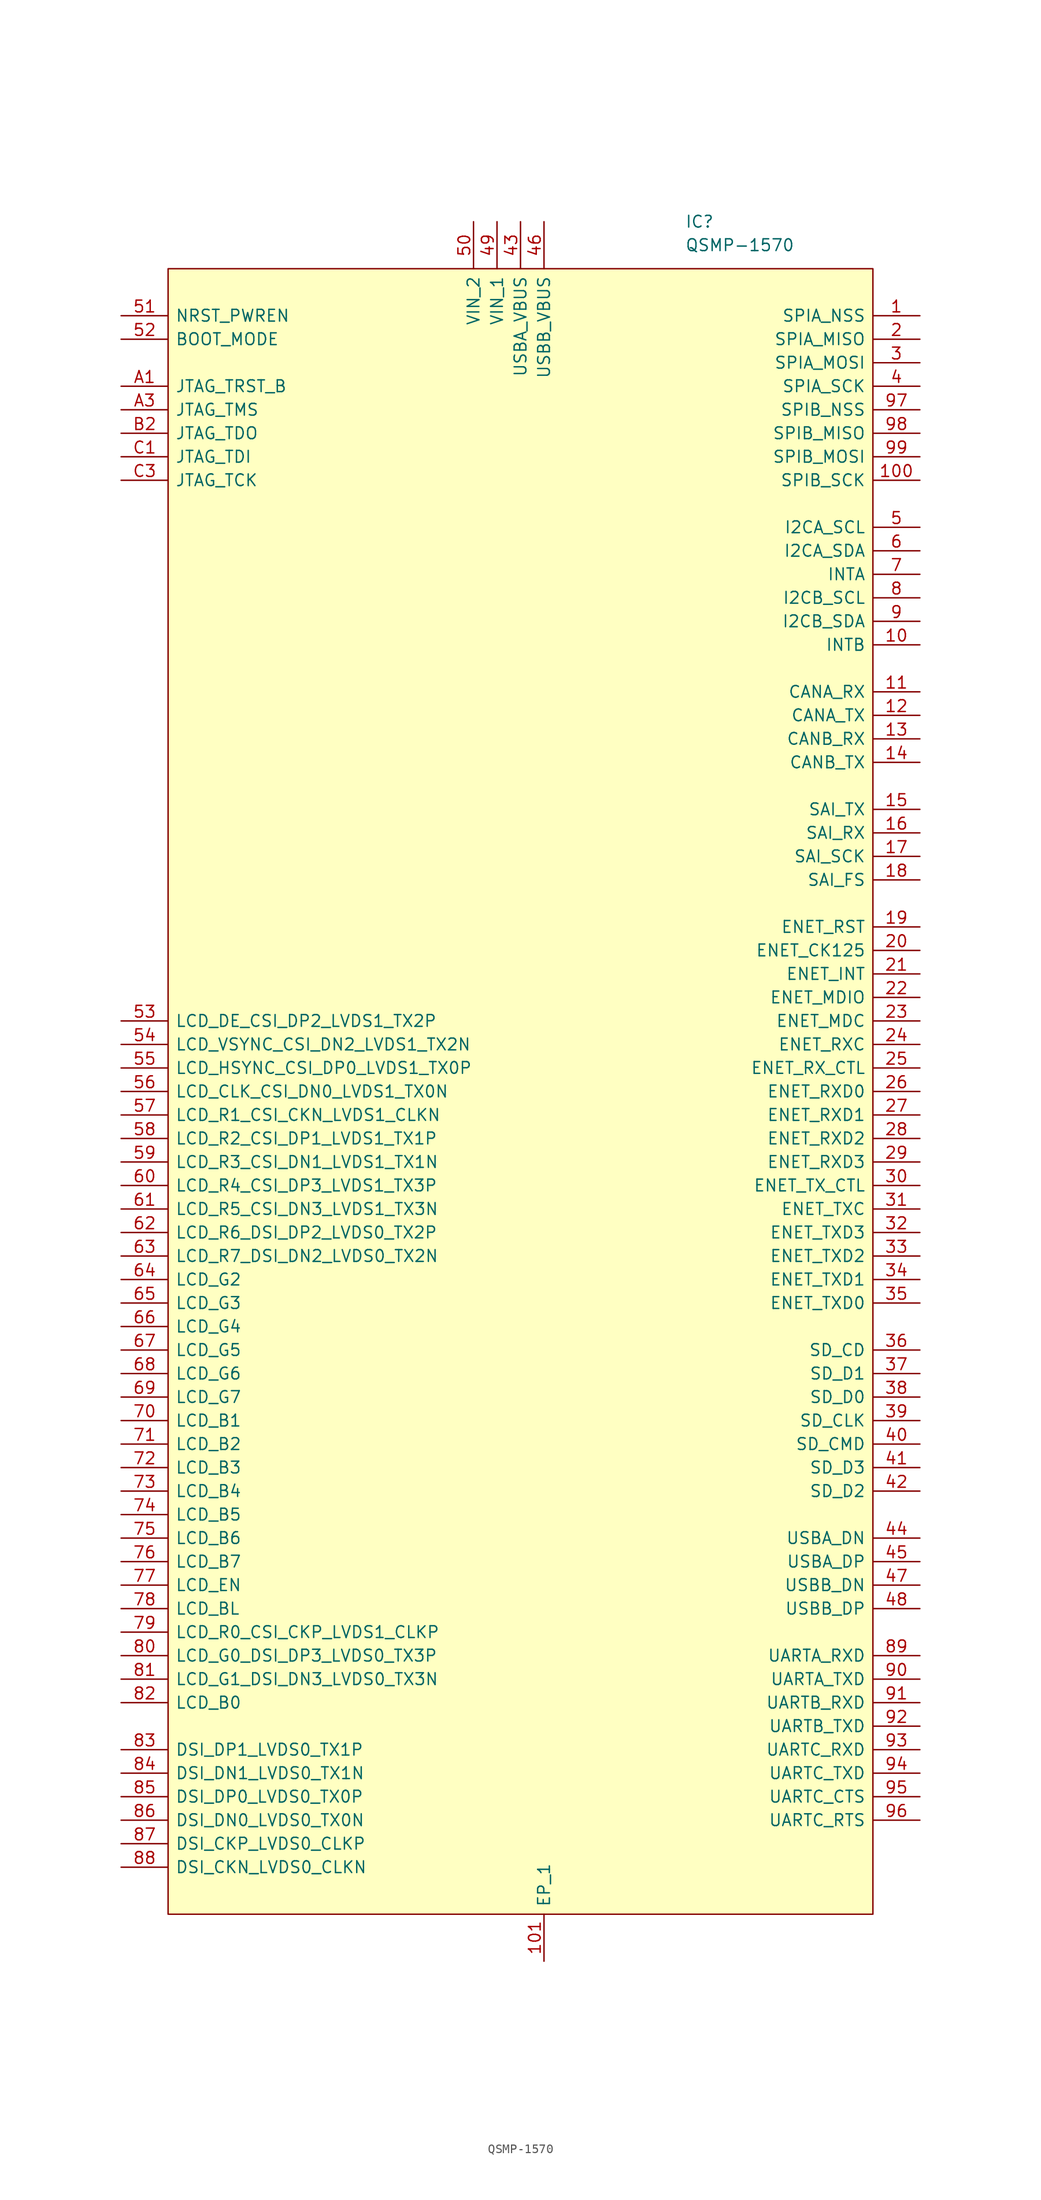
<source format=kicad_sym>
(kicad_symbol_lib
  (version 20220914)
  (generator kicad_symbol_editor)
  (symbol "QSMP-1570"
    (pin_names
      (offset 0.762))
    (property "Reference" "IC"
      (at 60.96 7.62 0)
      (effects (font (size 1.27 1.27)) (justify left)))
    (property "Value" "QSMP-1570"
      (at 60.96 5.08 0)
      (effects (font (size 1.27 1.27)) (justify left)))
    (symbol "QSMP-1570_0_0"
      (pin passive line (at 86.36 -2.54 180) (length 5.08) (name "SPIA_NSS" (effects (font (size 1.27 1.27)))) (number "1" (effects (font (size 1.27 1.27)))))
      (pin passive line (at 86.36 -38.1 180) (length 5.08) (name "INTB" (effects (font (size 1.27 1.27)))) (number "10" (effects (font (size 1.27 1.27)))))
      (pin passive line (at 86.36 -20.32 180) (length 5.08) (name "SPIB_SCK" (effects (font (size 1.27 1.27)))) (number "100" (effects (font (size 1.27 1.27)))))
      (pin passive line (at 45.72 -180.34 90) (length 5.08) (name "EP_1" (effects (font (size 1.27 1.27)))) (number "101" (effects (font (size 1.27 1.27)))))
      (pin passive line (at 86.36 -43.18 180) (length 5.08) (name "CANA_RX" (effects (font (size 1.27 1.27)))) (number "11" (effects (font (size 1.27 1.27)))))
      (pin passive line (at 86.36 -45.72 180) (length 5.08) (name "CANA_TX" (effects (font (size 1.27 1.27)))) (number "12" (effects (font (size 1.27 1.27)))))
      (pin passive line (at 86.36 -48.26 180) (length 5.08) (name "CANB_RX" (effects (font (size 1.27 1.27)))) (number "13" (effects (font (size 1.27 1.27)))))
      (pin passive line (at 86.36 -50.8 180) (length 5.08) (name "CANB_TX" (effects (font (size 1.27 1.27)))) (number "14" (effects (font (size 1.27 1.27)))))
      (pin passive line (at 86.36 -55.88 180) (length 5.08) (name "SAI_TX" (effects (font (size 1.27 1.27)))) (number "15" (effects (font (size 1.27 1.27)))))
      (pin passive line (at 86.36 -58.42 180) (length 5.08) (name "SAI_RX" (effects (font (size 1.27 1.27)))) (number "16" (effects (font (size 1.27 1.27)))))
      (pin passive line (at 86.36 -60.96 180) (length 5.08) (name "SAI_SCK" (effects (font (size 1.27 1.27)))) (number "17" (effects (font (size 1.27 1.27)))))
      (pin passive line (at 86.36 -63.5 180) (length 5.08) (name "SAI_FS" (effects (font (size 1.27 1.27)))) (number "18" (effects (font (size 1.27 1.27)))))
      (pin passive line (at 86.36 -68.58 180) (length 5.08) (name "ENET_RST" (effects (font (size 1.27 1.27)))) (number "19" (effects (font (size 1.27 1.27)))))
      (pin passive line (at 86.36 -5.08 180) (length 5.08) (name "SPIA_MISO" (effects (font (size 1.27 1.27)))) (number "2" (effects (font (size 1.27 1.27)))))
      (pin passive line (at 86.36 -71.12 180) (length 5.08) (name "ENET_CK125" (effects (font (size 1.27 1.27)))) (number "20" (effects (font (size 1.27 1.27)))))
      (pin passive line (at 86.36 -73.66 180) (length 5.08) (name "ENET_INT" (effects (font (size 1.27 1.27)))) (number "21" (effects (font (size 1.27 1.27)))))
      (pin passive line (at 86.36 -76.2 180) (length 5.08) (name "ENET_MDIO" (effects (font (size 1.27 1.27)))) (number "22" (effects (font (size 1.27 1.27)))))
      (pin passive line (at 86.36 -78.74 180) (length 5.08) (name "ENET_MDC" (effects (font (size 1.27 1.27)))) (number "23" (effects (font (size 1.27 1.27)))))
      (pin passive line (at 86.36 -81.28 180) (length 5.08) (name "ENET_RXC" (effects (font (size 1.27 1.27)))) (number "24" (effects (font (size 1.27 1.27)))))
      (pin passive line (at 86.36 -83.82 180) (length 5.08) (name "ENET_RX_CTL" (effects (font (size 1.27 1.27)))) (number "25" (effects (font (size 1.27 1.27)))))
      (pin passive line (at 86.36 -86.36 180) (length 5.08) (name "ENET_RXD0" (effects (font (size 1.27 1.27)))) (number "26" (effects (font (size 1.27 1.27)))))
      (pin passive line (at 86.36 -88.9 180) (length 5.08) (name "ENET_RXD1" (effects (font (size 1.27 1.27)))) (number "27" (effects (font (size 1.27 1.27)))))
      (pin passive line (at 86.36 -91.44 180) (length 5.08) (name "ENET_RXD2" (effects (font (size 1.27 1.27)))) (number "28" (effects (font (size 1.27 1.27)))))
      (pin passive line (at 86.36 -93.98 180) (length 5.08) (name "ENET_RXD3" (effects (font (size 1.27 1.27)))) (number "29" (effects (font (size 1.27 1.27)))))
      (pin passive line (at 86.36 -7.62 180) (length 5.08) (name "SPIA_MOSI" (effects (font (size 1.27 1.27)))) (number "3" (effects (font (size 1.27 1.27)))))
      (pin passive line (at 86.36 -96.52 180) (length 5.08) (name "ENET_TX_CTL" (effects (font (size 1.27 1.27)))) (number "30" (effects (font (size 1.27 1.27)))))
      (pin passive line (at 86.36 -99.06 180) (length 5.08) (name "ENET_TXC" (effects (font (size 1.27 1.27)))) (number "31" (effects (font (size 1.27 1.27)))))
      (pin passive line (at 86.36 -101.6 180) (length 5.08) (name "ENET_TXD3" (effects (font (size 1.27 1.27)))) (number "32" (effects (font (size 1.27 1.27)))))
      (pin passive line (at 86.36 -104.14 180) (length 5.08) (name "ENET_TXD2" (effects (font (size 1.27 1.27)))) (number "33" (effects (font (size 1.27 1.27)))))
      (pin passive line (at 86.36 -106.68 180) (length 5.08) (name "ENET_TXD1" (effects (font (size 1.27 1.27)))) (number "34" (effects (font (size 1.27 1.27)))))
      (pin passive line (at 86.36 -109.22 180) (length 5.08) (name "ENET_TXD0" (effects (font (size 1.27 1.27)))) (number "35" (effects (font (size 1.27 1.27)))))
      (pin passive line (at 86.36 -114.3 180) (length 5.08) (name "SD_CD" (effects (font (size 1.27 1.27)))) (number "36" (effects (font (size 1.27 1.27)))))
      (pin passive line (at 86.36 -116.84 180) (length 5.08) (name "SD_D1" (effects (font (size 1.27 1.27)))) (number "37" (effects (font (size 1.27 1.27)))))
      (pin passive line (at 86.36 -119.38 180) (length 5.08) (name "SD_D0" (effects (font (size 1.27 1.27)))) (number "38" (effects (font (size 1.27 1.27)))))
      (pin passive line (at 86.36 -121.92 180) (length 5.08) (name "SD_CLK" (effects (font (size 1.27 1.27)))) (number "39" (effects (font (size 1.27 1.27)))))
      (pin passive line (at 86.36 -10.16 180) (length 5.08) (name "SPIA_SCK" (effects (font (size 1.27 1.27)))) (number "4" (effects (font (size 1.27 1.27)))))
      (pin passive line (at 86.36 -124.46 180) (length 5.08) (name "SD_CMD" (effects (font (size 1.27 1.27)))) (number "40" (effects (font (size 1.27 1.27)))))
      (pin passive line (at 86.36 -127 180) (length 5.08) (name "SD_D3" (effects (font (size 1.27 1.27)))) (number "41" (effects (font (size 1.27 1.27)))))
      (pin passive line (at 86.36 -129.54 180) (length 5.08) (name "SD_D2" (effects (font (size 1.27 1.27)))) (number "42" (effects (font (size 1.27 1.27)))))
      (pin passive line (at 43.18 7.62 270) (length 5.08) (name "USBA_VBUS" (effects (font (size 1.27 1.27)))) (number "43" (effects (font (size 1.27 1.27)))))
      (pin passive line (at 86.36 -134.62 180) (length 5.08) (name "USBA_DN" (effects (font (size 1.27 1.27)))) (number "44" (effects (font (size 1.27 1.27)))))
      (pin passive line (at 86.36 -137.16 180) (length 5.08) (name "USBA_DP" (effects (font (size 1.27 1.27)))) (number "45" (effects (font (size 1.27 1.27)))))
      (pin passive line (at 45.72 7.62 270) (length 5.08) (name "USBB_VBUS" (effects (font (size 1.27 1.27)))) (number "46" (effects (font (size 1.27 1.27)))))
      (pin passive line (at 86.36 -139.7 180) (length 5.08) (name "USBB_DN" (effects (font (size 1.27 1.27)))) (number "47" (effects (font (size 1.27 1.27)))))
      (pin passive line (at 86.36 -142.24 180) (length 5.08) (name "USBB_DP" (effects (font (size 1.27 1.27)))) (number "48" (effects (font (size 1.27 1.27)))))
      (pin passive line (at 40.64 7.62 270) (length 5.08) (name "VIN_1" (effects (font (size 1.27 1.27)))) (number "49" (effects (font (size 1.27 1.27)))))
      (pin passive line (at 86.36 -25.4 180) (length 5.08) (name "I2CA_SCL" (effects (font (size 1.27 1.27)))) (number "5" (effects (font (size 1.27 1.27)))))
      (pin passive line (at 38.1 7.62 270) (length 5.08) (name "VIN_2" (effects (font (size 1.27 1.27)))) (number "50" (effects (font (size 1.27 1.27)))))
      (pin passive line (at 0 -2.54 0) (length 5.08) (name "NRST_PWREN" (effects (font (size 1.27 1.27)))) (number "51" (effects (font (size 1.27 1.27)))))
      (pin passive line (at 0 -5.08 0) (length 5.08) (name "BOOT_MODE" (effects (font (size 1.27 1.27)))) (number "52" (effects (font (size 1.27 1.27)))))
      (pin passive line (at 0 -78.74 0) (length 5.08) (name "LCD_DE_CSI_DP2_LVDS1_TX2P" (effects (font (size 1.27 1.27)))) (number "53" (effects (font (size 1.27 1.27)))))
      (pin passive line (at 0 -81.28 0) (length 5.08) (name "LCD_VSYNC_CSI_DN2_LVDS1_TX2N" (effects (font (size 1.27 1.27)))) (number "54" (effects (font (size 1.27 1.27)))))
      (pin passive line (at 0 -83.82 0) (length 5.08) (name "LCD_HSYNC_CSI_DP0_LVDS1_TX0P" (effects (font (size 1.27 1.27)))) (number "55" (effects (font (size 1.27 1.27)))))
      (pin passive line (at 0 -86.36 0) (length 5.08) (name "LCD_CLK_CSI_DN0_LVDS1_TX0N" (effects (font (size 1.27 1.27)))) (number "56" (effects (font (size 1.27 1.27)))))
      (pin passive line (at 0 -88.9 0) (length 5.08) (name "LCD_R1_CSI_CKN_LVDS1_CLKN" (effects (font (size 1.27 1.27)))) (number "57" (effects (font (size 1.27 1.27)))))
      (pin passive line (at 0 -91.44 0) (length 5.08) (name "LCD_R2_CSI_DP1_LVDS1_TX1P" (effects (font (size 1.27 1.27)))) (number "58" (effects (font (size 1.27 1.27)))))
      (pin passive line (at 0 -93.98 0) (length 5.08) (name "LCD_R3_CSI_DN1_LVDS1_TX1N" (effects (font (size 1.27 1.27)))) (number "59" (effects (font (size 1.27 1.27)))))
      (pin passive line (at 86.36 -27.94 180) (length 5.08) (name "I2CA_SDA" (effects (font (size 1.27 1.27)))) (number "6" (effects (font (size 1.27 1.27)))))
      (pin passive line (at 0 -96.52 0) (length 5.08) (name "LCD_R4_CSI_DP3_LVDS1_TX3P" (effects (font (size 1.27 1.27)))) (number "60" (effects (font (size 1.27 1.27)))))
      (pin passive line (at 0 -99.06 0) (length 5.08) (name "LCD_R5_CSI_DN3_LVDS1_TX3N" (effects (font (size 1.27 1.27)))) (number "61" (effects (font (size 1.27 1.27)))))
      (pin passive line (at 0 -101.6 0) (length 5.08) (name "LCD_R6_DSI_DP2_LVDS0_TX2P" (effects (font (size 1.27 1.27)))) (number "62" (effects (font (size 1.27 1.27)))))
      (pin passive line (at 0 -104.14 0) (length 5.08) (name "LCD_R7_DSI_DN2_LVDS0_TX2N" (effects (font (size 1.27 1.27)))) (number "63" (effects (font (size 1.27 1.27)))))
      (pin passive line (at 0 -106.68 0) (length 5.08) (name "LCD_G2" (effects (font (size 1.27 1.27)))) (number "64" (effects (font (size 1.27 1.27)))))
      (pin passive line (at 0 -109.22 0) (length 5.08) (name "LCD_G3" (effects (font (size 1.27 1.27)))) (number "65" (effects (font (size 1.27 1.27)))))
      (pin passive line (at 0 -111.76 0) (length 5.08) (name "LCD_G4" (effects (font (size 1.27 1.27)))) (number "66" (effects (font (size 1.27 1.27)))))
      (pin passive line (at 0 -114.3 0) (length 5.08) (name "LCD_G5" (effects (font (size 1.27 1.27)))) (number "67" (effects (font (size 1.27 1.27)))))
      (pin passive line (at 0 -116.84 0) (length 5.08) (name "LCD_G6" (effects (font (size 1.27 1.27)))) (number "68" (effects (font (size 1.27 1.27)))))
      (pin passive line (at 0 -119.38 0) (length 5.08) (name "LCD_G7" (effects (font (size 1.27 1.27)))) (number "69" (effects (font (size 1.27 1.27)))))
      (pin passive line (at 86.36 -30.48 180) (length 5.08) (name "INTA" (effects (font (size 1.27 1.27)))) (number "7" (effects (font (size 1.27 1.27)))))
      (pin passive line (at 0 -121.92 0) (length 5.08) (name "LCD_B1" (effects (font (size 1.27 1.27)))) (number "70" (effects (font (size 1.27 1.27)))))
      (pin passive line (at 0 -124.46 0) (length 5.08) (name "LCD_B2" (effects (font (size 1.27 1.27)))) (number "71" (effects (font (size 1.27 1.27)))))
      (pin passive line (at 0 -127 0) (length 5.08) (name "LCD_B3" (effects (font (size 1.27 1.27)))) (number "72" (effects (font (size 1.27 1.27)))))
      (pin passive line (at 0 -129.54 0) (length 5.08) (name "LCD_B4" (effects (font (size 1.27 1.27)))) (number "73" (effects (font (size 1.27 1.27)))))
      (pin passive line (at 0 -132.08 0) (length 5.08) (name "LCD_B5" (effects (font (size 1.27 1.27)))) (number "74" (effects (font (size 1.27 1.27)))))
      (pin passive line (at 0 -134.62 0) (length 5.08) (name "LCD_B6" (effects (font (size 1.27 1.27)))) (number "75" (effects (font (size 1.27 1.27)))))
      (pin passive line (at 0 -137.16 0) (length 5.08) (name "LCD_B7" (effects (font (size 1.27 1.27)))) (number "76" (effects (font (size 1.27 1.27)))))
      (pin passive line (at 0 -139.7 0) (length 5.08) (name "LCD_EN" (effects (font (size 1.27 1.27)))) (number "77" (effects (font (size 1.27 1.27)))))
      (pin passive line (at 0 -142.24 0) (length 5.08) (name "LCD_BL" (effects (font (size 1.27 1.27)))) (number "78" (effects (font (size 1.27 1.27)))))
      (pin passive line (at 0 -144.78 0) (length 5.08) (name "LCD_R0_CSI_CKP_LVDS1_CLKP" (effects (font (size 1.27 1.27)))) (number "79" (effects (font (size 1.27 1.27)))))
      (pin passive line (at 86.36 -33.02 180) (length 5.08) (name "I2CB_SCL" (effects (font (size 1.27 1.27)))) (number "8" (effects (font (size 1.27 1.27)))))
      (pin passive line (at 0 -147.32 0) (length 5.08) (name "LCD_G0_DSI_DP3_LVDS0_TX3P" (effects (font (size 1.27 1.27)))) (number "80" (effects (font (size 1.27 1.27)))))
      (pin passive line (at 0 -149.86 0) (length 5.08) (name "LCD_G1_DSI_DN3_LVDS0_TX3N" (effects (font (size 1.27 1.27)))) (number "81" (effects (font (size 1.27 1.27)))))
      (pin passive line (at 0 -152.4 0) (length 5.08) (name "LCD_B0" (effects (font (size 1.27 1.27)))) (number "82" (effects (font (size 1.27 1.27)))))
      (pin passive line (at 0 -157.48 0) (length 5.08) (name "DSI_DP1_LVDS0_TX1P" (effects (font (size 1.27 1.27)))) (number "83" (effects (font (size 1.27 1.27)))))
      (pin passive line (at 0 -160.02 0) (length 5.08) (name "DSI_DN1_LVDS0_TX1N" (effects (font (size 1.27 1.27)))) (number "84" (effects (font (size 1.27 1.27)))))
      (pin passive line (at 0 -162.56 0) (length 5.08) (name "DSI_DP0_LVDS0_TX0P" (effects (font (size 1.27 1.27)))) (number "85" (effects (font (size 1.27 1.27)))))
      (pin passive line (at 0 -165.1 0) (length 5.08) (name "DSI_DN0_LVDS0_TX0N" (effects (font (size 1.27 1.27)))) (number "86" (effects (font (size 1.27 1.27)))))
      (pin passive line (at 0 -167.64 0) (length 5.08) (name "DSI_CKP_LVDS0_CLKP" (effects (font (size 1.27 1.27)))) (number "87" (effects (font (size 1.27 1.27)))))
      (pin passive line (at 0 -170.18 0) (length 5.08) (name "DSI_CKN_LVDS0_CLKN" (effects (font (size 1.27 1.27)))) (number "88" (effects (font (size 1.27 1.27)))))
      (pin passive line (at 86.36 -147.32 180) (length 5.08) (name "UARTA_RXD" (effects (font (size 1.27 1.27)))) (number "89" (effects (font (size 1.27 1.27)))))
      (pin passive line (at 86.36 -35.56 180) (length 5.08) (name "I2CB_SDA" (effects (font (size 1.27 1.27)))) (number "9" (effects (font (size 1.27 1.27)))))
      (pin passive line (at 86.36 -149.86 180) (length 5.08) (name "UARTA_TXD" (effects (font (size 1.27 1.27)))) (number "90" (effects (font (size 1.27 1.27)))))
      (pin passive line (at 86.36 -152.4 180) (length 5.08) (name "UARTB_RXD" (effects (font (size 1.27 1.27)))) (number "91" (effects (font (size 1.27 1.27)))))
      (pin passive line (at 86.36 -154.94 180) (length 5.08) (name "UARTB_TXD" (effects (font (size 1.27 1.27)))) (number "92" (effects (font (size 1.27 1.27)))))
      (pin passive line (at 86.36 -157.48 180) (length 5.08) (name "UARTC_RXD" (effects (font (size 1.27 1.27)))) (number "93" (effects (font (size 1.27 1.27)))))
      (pin passive line (at 86.36 -160.02 180) (length 5.08) (name "UARTC_TXD" (effects (font (size 1.27 1.27)))) (number "94" (effects (font (size 1.27 1.27)))))
      (pin passive line (at 86.36 -162.56 180) (length 5.08) (name "UARTC_CTS" (effects (font (size 1.27 1.27)))) (number "95" (effects (font (size 1.27 1.27)))))
      (pin passive line (at 86.36 -165.1 180) (length 5.08) (name "UARTC_RTS" (effects (font (size 1.27 1.27)))) (number "96" (effects (font (size 1.27 1.27)))))
      (pin passive line (at 86.36 -12.7 180) (length 5.08) (name "SPIB_NSS" (effects (font (size 1.27 1.27)))) (number "97" (effects (font (size 1.27 1.27)))))
      (pin passive line (at 86.36 -15.24 180) (length 5.08) (name "SPIB_MISO" (effects (font (size 1.27 1.27)))) (number "98" (effects (font (size 1.27 1.27)))))
      (pin passive line (at 86.36 -17.78 180) (length 5.08) (name "SPIB_MOSI" (effects (font (size 1.27 1.27)))) (number "99" (effects (font (size 1.27 1.27)))))
      (pin passive line (at 0 -10.16 0) (length 5.08) (name "JTAG_TRST_B" (effects (font (size 1.27 1.27)))) (number "A1" (effects (font (size 1.27 1.27)))))
      (pin passive line (at 0 -12.7 0) (length 5.08) (name "JTAG_TMS" (effects (font (size 1.27 1.27)))) (number "A3" (effects (font (size 1.27 1.27)))))
      (pin passive line (at 0 -15.24 0) (length 5.08) (name "JTAG_TDO" (effects (font (size 1.27 1.27)))) (number "B2" (effects (font (size 1.27 1.27)))))
      (pin passive line (at 0 -17.78 0) (length 5.08) (name "JTAG_TDI" (effects (font (size 1.27 1.27)))) (number "C1" (effects (font (size 1.27 1.27)))))
      (pin passive line (at 0 -20.32 0) (length 5.08) (name "JTAG_TCK" (effects (font (size 1.27 1.27)))) (number "C3" (effects (font (size 1.27 1.27))))))
    (symbol "QSMP-1570_0_1"
      (polyline (pts (xy 5.08 2.54) (xy 81.28 2.54) (xy 81.28 -175.26) (xy 5.08 -175.26) (xy 5.08 2.54)) (stroke (width 0.152) (type solid)) (fill (type background))))))
</source>
